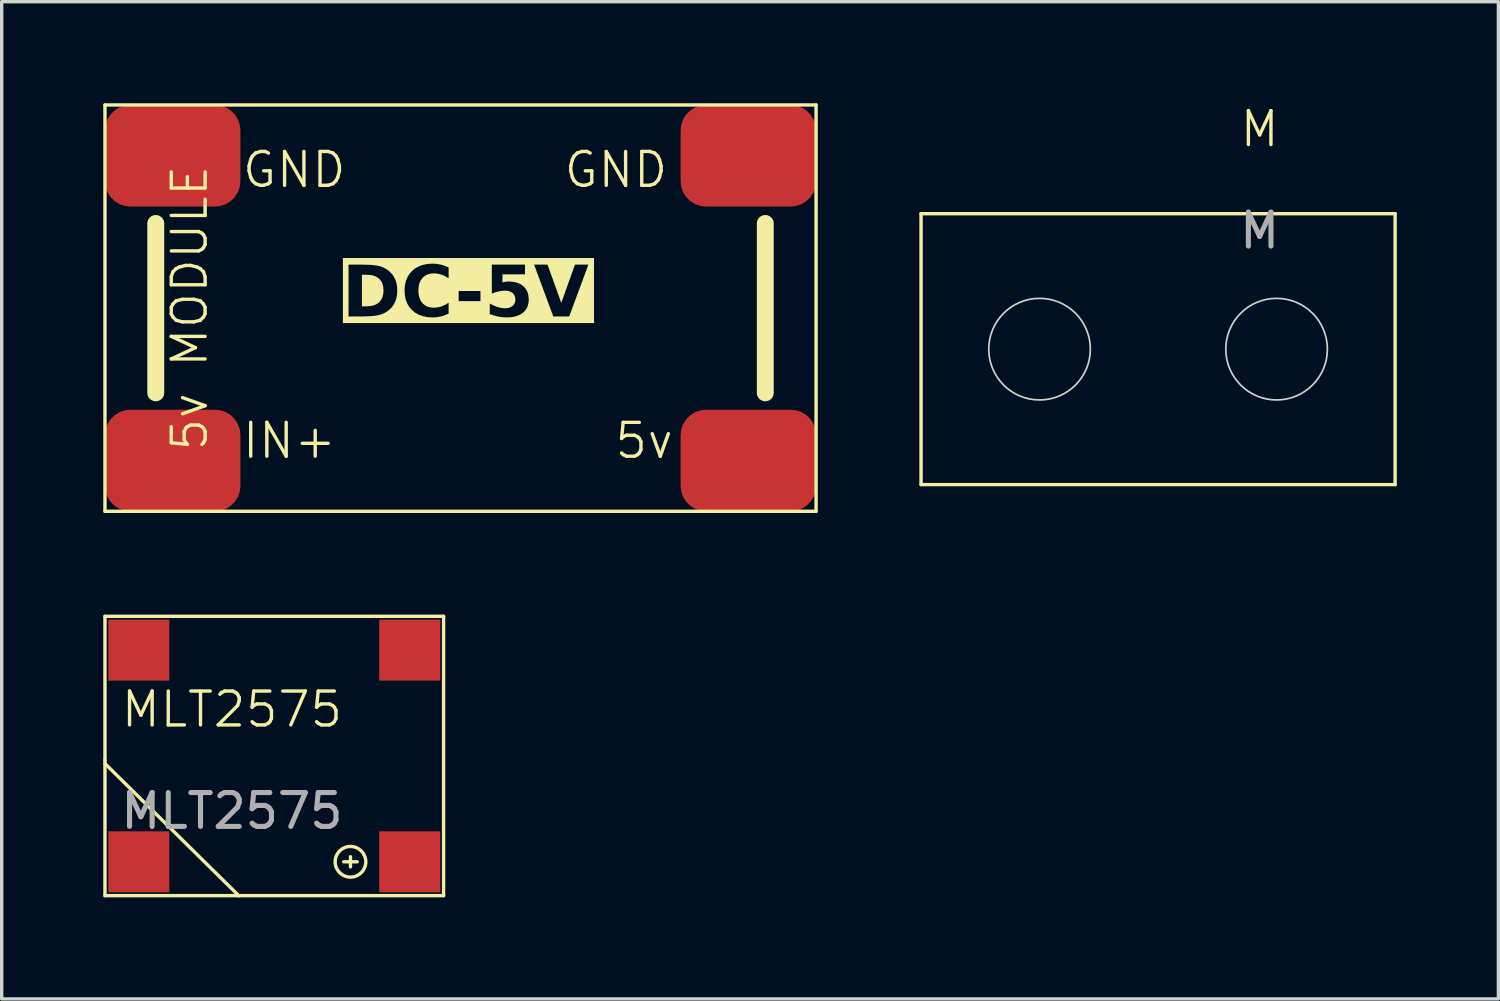
<source format=kicad_pcb>
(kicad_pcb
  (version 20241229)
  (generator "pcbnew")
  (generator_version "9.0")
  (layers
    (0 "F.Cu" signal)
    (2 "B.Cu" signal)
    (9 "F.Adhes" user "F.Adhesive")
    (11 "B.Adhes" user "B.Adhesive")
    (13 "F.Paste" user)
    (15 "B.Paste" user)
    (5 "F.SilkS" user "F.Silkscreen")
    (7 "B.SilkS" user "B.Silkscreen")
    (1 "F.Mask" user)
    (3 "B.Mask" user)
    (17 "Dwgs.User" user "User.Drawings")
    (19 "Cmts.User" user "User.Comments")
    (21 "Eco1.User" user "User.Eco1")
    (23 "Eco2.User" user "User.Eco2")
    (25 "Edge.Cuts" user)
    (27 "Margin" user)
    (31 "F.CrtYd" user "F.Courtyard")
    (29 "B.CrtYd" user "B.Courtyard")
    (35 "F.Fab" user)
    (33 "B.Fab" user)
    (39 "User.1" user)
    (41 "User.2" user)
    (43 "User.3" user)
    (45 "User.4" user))
  (footprint "5v MODULE"
    (layer "F.Cu")
    (at 10.55 6.05)
    (property "Reference" "5v MODULE" (at -8 0 90) (unlocked yes) (layer "F.SilkS") (effects (font (size 1 1) (thickness 0.1))))
    (attr smd)
    (fp_line (start -10.5 -6) (end -10.5 6) (stroke (width 0.1) (type default)) (layer "F.SilkS"))
    (fp_line (start -10.5 -6) (end 10.5 -6) (stroke (width 0.1) (type default)) (layer "F.SilkS"))
    (fp_line (start -9 -2.5) (end -9 2.5) (stroke (width 0.5) (type default)) (layer "F.SilkS"))
    (fp_line (start 9 -2.5) (end 9 2.5) (stroke (width 0.5) (type default)) (layer "F.SilkS"))
    (fp_line (start 10.5 -6) (end 10.5 6) (stroke (width 0.1) (type default)) (layer "F.SilkS"))
    (fp_line (start 10.5 6) (end -10.5 6) (stroke (width 0.1) (type default)) (layer "F.SilkS"))
    (fp_text user "5v" (at 4.5 4.5 0) (unlocked yes) (layer "F.SilkS") (effects (font (size 1 1) (thickness 0.1)) (justify left bottom)))
    (fp_text user "GND" (at 3 -3.5 0) (unlocked yes) (layer "F.SilkS") (effects (font (size 1 1) (thickness 0.1)) (justify left bottom)))
    (fp_text user "IN+" (at -6.5 4.5 0) (unlocked yes) (layer "F.SilkS") (effects (font (size 1 1) (thickness 0.1)) (justify left bottom)))
    (fp_text user "GND" (at -6.5 -3.5 0) (unlocked yes) (layer "F.SilkS") (effects (font (size 1 1) (thickness 0.1)) (justify left bottom)))
    (fp_text user "DC-5V" (at -3.5 0.5 0) (unlocked yes) (layer "F.SilkS" knockout) (effects (font (face "Arial Black") (size 1.5 1.5) (thickness 0.125) (bold yes)) (justify left bottom)))
    (pad "1" smd roundrect (at -8.5 -4.5 90) (size 3 4) (layers "F.Cu" "F.Mask" "F.Paste") (roundrect_rratio 0.25))
    (pad "2" smd roundrect (at 8.5 -4.5 90) (size 3 4) (layers "F.Cu" "F.Mask" "F.Paste") (roundrect_rratio 0.25))
    (pad "3" smd roundrect (at -8.5 4.5 90) (size 3 4) (layers "F.Cu" "F.Mask" "F.Paste") (roundrect_rratio 0.25))
    (pad "4" smd roundrect (at 8.5 4.5 90) (size 3 4) (layers "F.Cu" "F.Mask" "F.Paste") (roundrect_rratio 0.25)))
  (footprint "M"
    (layer "F.Cu")
    (at 31.15 7.261)
    (property "Reference" "M" (at 3 -6.5 0) (unlocked yes) (layer "F.SilkS") (effects (font (size 1 1) (thickness 0.1))))
    (attr smd)
    (fp_line (start -7 -4) (end -7 4) (stroke (width 0.1) (type default)) (layer "F.SilkS"))
    (fp_line (start -7 4) (end 7 4) (stroke (width 0.1) (type default)) (layer "F.SilkS"))
    (fp_line (start 7 -4) (end -7 -4) (stroke (width 0.1) (type default)) (layer "F.SilkS"))
    (fp_line (start 7 4) (end 7 -4) (stroke (width 0.1) (type default)) (layer "F.SilkS"))
    (fp_circle (center -3.5 0) (end -2 0) (stroke (width 0.05) (type default)) (fill no) (layer "Edge.Cuts"))
    (fp_circle (center 3.5 0) (end 2 0) (stroke (width 0.05) (type default)) (fill no) (layer "Edge.Cuts"))
    (fp_text user "${REFERENCE}" (at 3 -3.5 0) (unlocked yes) (layer "F.Fab") (effects (font (size 1 1) (thickness 0.15)))))
  (footprint "MLT2575"
    (layer "F.Cu")
    (at 3.8 18.4)
    (property "Reference" "MLT2575" (at 0 -0.5 0) (unlocked yes) (layer "F.SilkS") (effects (font (size 1 1) (thickness 0.1))))
    (attr smd)
    (fp_line (start -3.75 -3.25) (end -3.75 1) (stroke (width 0.1) (type default)) (layer "F.SilkS"))
    (fp_line (start -3.75 -3.25) (end 6.25 -3.25) (stroke (width 0.1) (type default)) (layer "F.SilkS"))
    (fp_line (start -3.75 1) (end -3.75 5) (stroke (width 0.1) (type default)) (layer "F.SilkS"))
    (fp_line (start -3.75 1.1) (end 0.2 5) (stroke (width 0.1) (type default)) (layer "F.SilkS"))
    (fp_line (start 0.2 5) (end -3.75 5) (stroke (width 0.1) (type default)) (layer "F.SilkS"))
    (fp_line (start 0.2 5) (end 6.25 5) (stroke (width 0.1) (type default)) (layer "F.SilkS"))
    (fp_line (start 3.5 4.15) (end 3.5 3.85) (stroke (width 0.1) (type default)) (layer "F.SilkS"))
    (fp_line (start 3.7 4) (end 3.3 4) (stroke (width 0.1) (type default)) (layer "F.SilkS"))
    (fp_line (start 6.25 5) (end 6.25 -3.25) (stroke (width 0.1) (type default)) (layer "F.SilkS"))
    (fp_circle (center 3.5 4) (end 3.95 3.95) (stroke (width 0.1) (type default)) (fill no) (layer "F.SilkS"))
    (fp_text user "${REFERENCE}" (at 0 2.5 0) (unlocked yes) (layer "F.Fab") (effects (font (size 1 1) (thickness 0.15))))
    (pad "1" smd rect (at 5.25 4) (size 1.8 1.8) (layers "F.Cu" "F.Mask" "F.Paste"))
    (pad "2" smd rect (at 5.25 -2.25) (size 1.8 1.8) (layers "F.Cu" "F.Mask" "F.Paste"))
    (pad "3" smd rect (at -2.75 -2.25) (size 1.8 1.8) (layers "F.Cu" "F.Mask" "F.Paste"))
    (pad "3" smd rect (at -2.75 4) (size 1.8 1.8) (layers "F.Cu" "F.Mask" "F.Paste")))
  (gr_rect
    (start -3 -3)
    (end 41.2 26.45)
    (stroke (width 0.1) (type default))
    (fill no)
    (layer "Edge.Cuts")))
</source>
